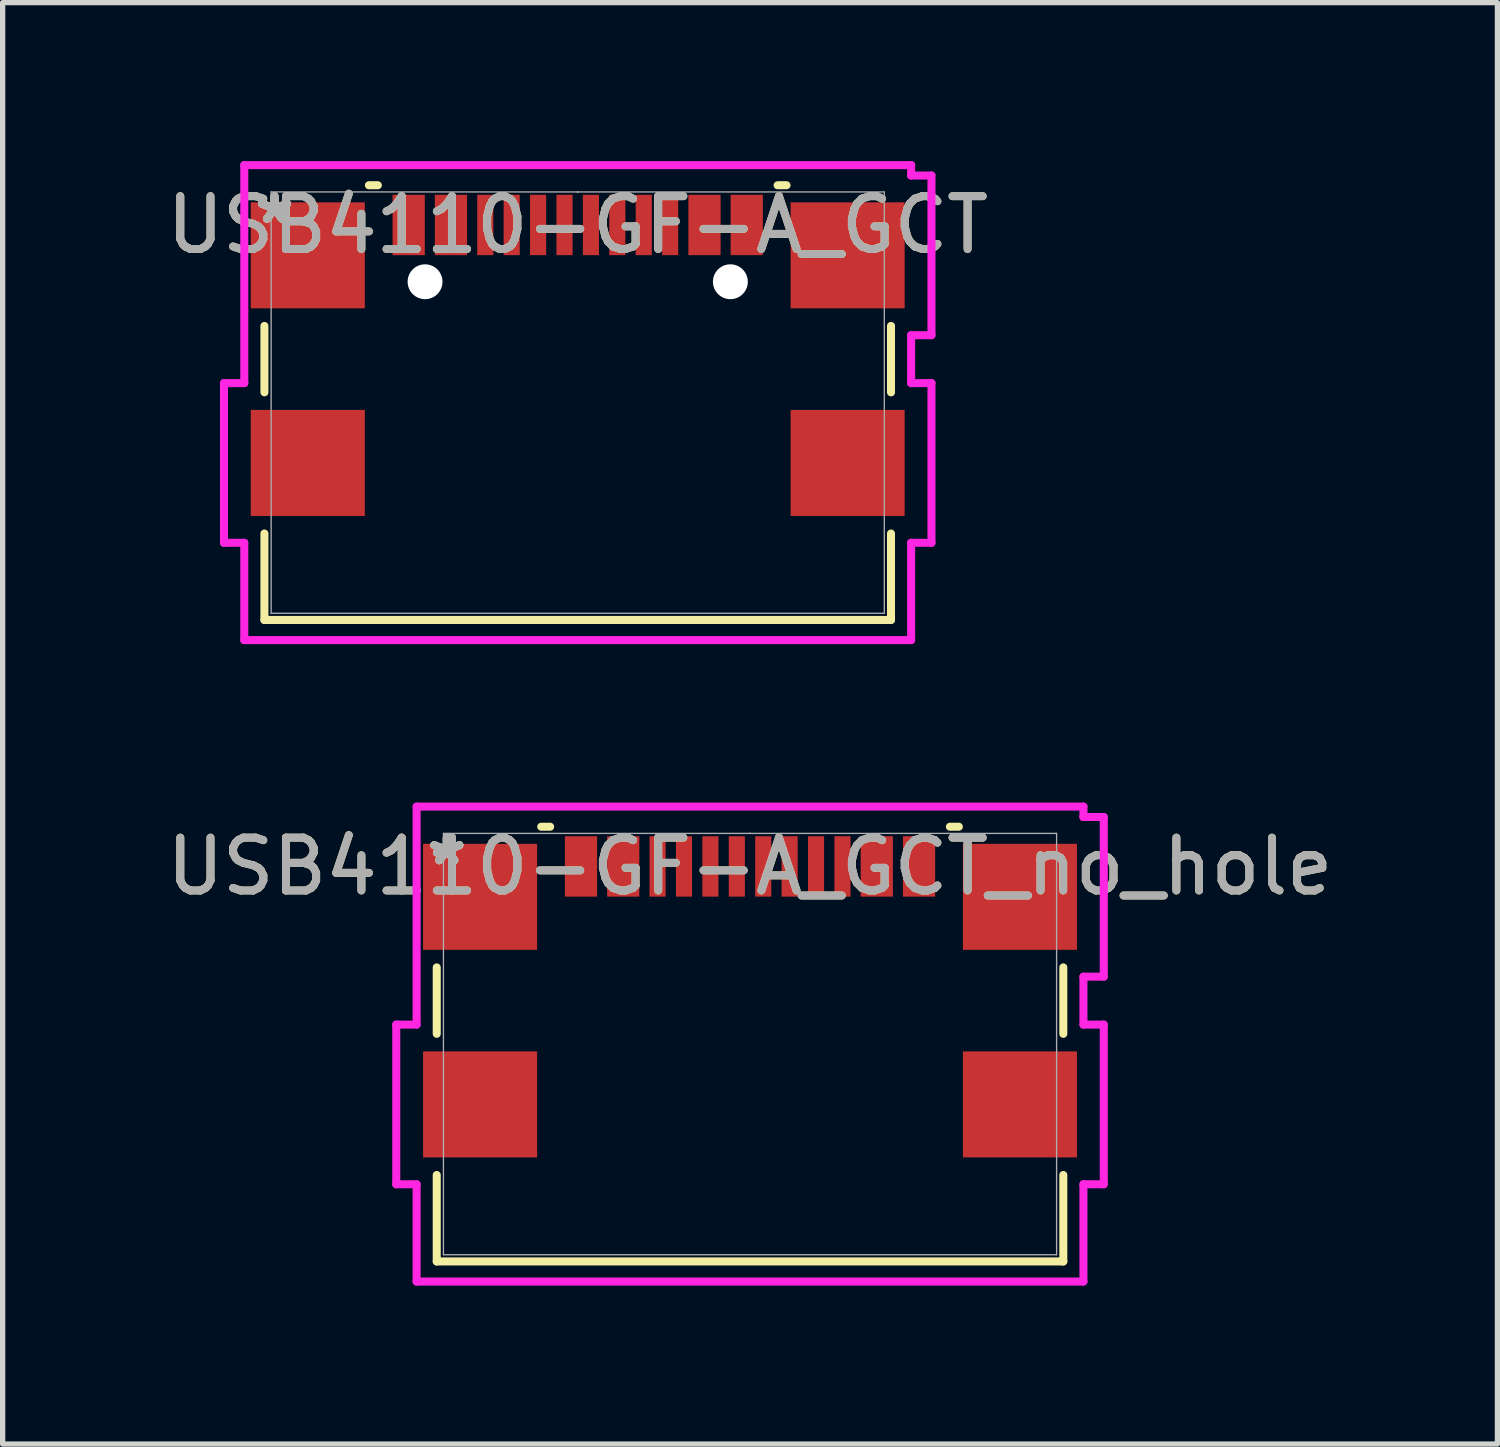
<source format=kicad_pcb>
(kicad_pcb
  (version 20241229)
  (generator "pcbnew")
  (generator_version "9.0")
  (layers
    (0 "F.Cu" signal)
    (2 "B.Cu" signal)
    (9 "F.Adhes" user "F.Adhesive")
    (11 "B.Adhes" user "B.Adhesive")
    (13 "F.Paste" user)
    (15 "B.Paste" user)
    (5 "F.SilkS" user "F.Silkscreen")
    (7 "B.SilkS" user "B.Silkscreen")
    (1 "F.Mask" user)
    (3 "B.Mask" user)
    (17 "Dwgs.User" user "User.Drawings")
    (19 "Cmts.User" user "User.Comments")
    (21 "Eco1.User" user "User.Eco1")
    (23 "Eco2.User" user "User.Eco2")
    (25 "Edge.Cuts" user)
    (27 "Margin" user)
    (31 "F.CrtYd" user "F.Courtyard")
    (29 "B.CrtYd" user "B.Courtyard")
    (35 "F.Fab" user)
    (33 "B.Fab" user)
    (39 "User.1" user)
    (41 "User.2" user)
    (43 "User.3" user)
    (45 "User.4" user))
  (footprint "USB4110-GF-A_GCT"
    (layer "F.Cu")
    (at 7.887 4.572)
    (property "Reference" "USB4110-GF-A_GCT" (at 0 -3.363 0) (unlocked yes) (layer "F.SilkS") (effects (font (size 1 1) (thickness 0.15))))
    (attr smd)
    (fp_line (start -5.931 -1.452) (end -5.931 -0.194) (stroke (width 0.152) (type solid)) (layer "F.SilkS"))
    (fp_line (start -5.931 2.478) (end -5.931 4.115) (stroke (width 0.152) (type solid)) (layer "F.SilkS"))
    (fp_line (start -5.931 4.115) (end 5.931 4.115) (stroke (width 0.152) (type solid)) (layer "F.SilkS"))
    (fp_line (start -3.784 -4.115) (end -3.953 -4.115) (stroke (width 0.152) (type solid)) (layer "F.SilkS"))
    (fp_line (start 3.953 -4.115) (end 3.784 -4.115) (stroke (width 0.152) (type solid)) (layer "F.SilkS"))
    (fp_line (start 5.931 -0.194) (end 5.931 -1.452) (stroke (width 0.152) (type solid)) (layer "F.SilkS"))
    (fp_line (start 5.931 4.115) (end 5.931 2.478) (stroke (width 0.152) (type solid)) (layer "F.SilkS"))
    (fp_line (start -6.697 -0.369) (end -6.697 2.654) (stroke (width 0.152) (type solid)) (layer "F.CrtYd"))
    (fp_line (start -6.697 2.654) (end -6.312 2.654) (stroke (width 0.152) (type solid)) (layer "F.CrtYd"))
    (fp_line (start -6.312 -4.496) (end -6.312 -0.369) (stroke (width 0.152) (type solid)) (layer "F.CrtYd"))
    (fp_line (start -6.312 -0.369) (end -6.697 -0.369) (stroke (width 0.152) (type solid)) (layer "F.CrtYd"))
    (fp_line (start -6.312 2.654) (end -6.312 4.496) (stroke (width 0.152) (type solid)) (layer "F.CrtYd"))
    (fp_line (start -6.312 4.496) (end 6.312 4.496) (stroke (width 0.152) (type solid)) (layer "F.CrtYd"))
    (fp_line (start 6.312 -4.496) (end -6.312 -4.496) (stroke (width 0.152) (type solid)) (layer "F.CrtYd"))
    (fp_line (start 6.312 -4.299) (end 6.312 -4.496) (stroke (width 0.152) (type solid)) (layer "F.CrtYd"))
    (fp_line (start 6.312 -1.276) (end 6.697 -1.276) (stroke (width 0.152) (type solid)) (layer "F.CrtYd"))
    (fp_line (start 6.312 -0.369) (end 6.312 -1.276) (stroke (width 0.152) (type solid)) (layer "F.CrtYd"))
    (fp_line (start 6.312 2.654) (end 6.697 2.654) (stroke (width 0.152) (type solid)) (layer "F.CrtYd"))
    (fp_line (start 6.312 4.496) (end 6.312 2.654) (stroke (width 0.152) (type solid)) (layer "F.CrtYd"))
    (fp_line (start 6.697 -4.299) (end 6.312 -4.299) (stroke (width 0.152) (type solid)) (layer "F.CrtYd"))
    (fp_line (start 6.697 -1.276) (end 6.697 -4.299) (stroke (width 0.152) (type solid)) (layer "F.CrtYd"))
    (fp_line (start 6.697 -0.369) (end 6.312 -0.369) (stroke (width 0.152) (type solid)) (layer "F.CrtYd"))
    (fp_line (start 6.697 2.654) (end 6.697 -0.369) (stroke (width 0.152) (type solid)) (layer "F.CrtYd"))
    (fp_line (start -5.804 -3.988) (end -5.804 3.988) (stroke (width 0.025) (type solid)) (layer "F.Fab"))
    (fp_line (start -5.804 3.988) (end 5.804 3.988) (stroke (width 0.025) (type solid)) (layer "F.Fab"))
    (fp_line (start 0 -3.988) (end 0 -3.988) (stroke (width 0.025) (type solid)) (layer "F.Fab"))
    (fp_line (start 0 -3.988) (end 0 -3.988) (stroke (width 0.025) (type solid)) (layer "F.Fab"))
    (fp_line (start 0 -3.988) (end 0 -3.988) (stroke (width 0.025) (type solid)) (layer "F.Fab"))
    (fp_line (start 0 -3.988) (end 0 -3.988) (stroke (width 0.025) (type solid)) (layer "F.Fab"))
    (fp_line (start 5.804 -3.988) (end -5.804 -3.988) (stroke (width 0.025) (type solid)) (layer "F.Fab"))
    (fp_line (start 5.804 3.988) (end 5.804 -3.988) (stroke (width 0.025) (type solid)) (layer "F.Fab"))
    (fp_text user "*" (at -5.74 -3.363 0) (unlocked yes) (layer "F.SilkS") (effects (font (size 1 1) (thickness 0.15))))
    (fp_text user "*" (at -5.74 -3.363 0) (layer "F.SilkS") (effects (font (size 1 1) (thickness 0.15))))
    (fp_text user "${REFERENCE}" (at 0 -3.363 0) (unlocked yes) (layer "F.Fab") (effects (font (size 1 1) (thickness 0.15))))
    (fp_text user "*" (at -5.74 -3.363 0) (layer "F.Fab") (effects (font (size 1 1) (thickness 0.15))))
    (fp_text user "*" (at -5.74 -3.363 0) (unlocked yes) (layer "F.Fab") (effects (font (size 1 1) (thickness 0.15))))
    (pad "" np_thru_hole circle (at -2.89 -2.288) (size 0.66 0.66) (drill 0.66) (layers "*.Cu" "*.Mask"))
    (pad "" np_thru_hole circle (at 2.89 -2.288) (size 0.66 0.66) (drill 0.66) (layers "*.Cu" "*.Mask"))
    (pad "A1" smd rect (at -3.2 -3.363) (size 0.61 1.143) (layers "F.Cu" "F.Mask" "F.Paste"))
    (pad "A1" smd rect (at 3.2 -3.363) (size 0.61 1.143) (layers "F.Cu" "F.Mask" "F.Paste"))
    (pad "A4" smd rect (at -2.4 -3.363) (size 0.61 1.143) (layers "F.Cu" "F.Mask" "F.Paste"))
    (pad "A4" smd rect (at 2.4 -3.363) (size 0.61 1.143) (layers "F.Cu" "F.Mask" "F.Paste"))
    (pad "A5" smd rect (at -1.25 -3.363) (size 0.305 1.143) (layers "F.Cu" "F.Mask" "F.Paste"))
    (pad "A6" smd rect (at -0.25 -3.363) (size 0.305 1.143) (layers "F.Cu" "F.Mask" "F.Paste"))
    (pad "A7" smd rect (at 0.25 -3.363) (size 0.305 1.143) (layers "F.Cu" "F.Mask" "F.Paste"))
    (pad "A8" smd rect (at 1.25 -3.363) (size 0.305 1.143) (layers "F.Cu" "F.Mask" "F.Paste"))
    (pad "B5" smd rect (at 1.75 -3.363) (size 0.305 1.143) (layers "F.Cu" "F.Mask" "F.Paste"))
    (pad "B6" smd rect (at 0.75 -3.363) (size 0.305 1.143) (layers "F.Cu" "F.Mask" "F.Paste"))
    (pad "B7" smd rect (at -0.75 -3.363) (size 0.305 1.143) (layers "F.Cu" "F.Mask" "F.Paste"))
    (pad "B8" smd rect (at -1.75 -3.363) (size 0.305 1.143) (layers "F.Cu" "F.Mask" "F.Paste"))
    (pad "S1" smd rect (at -5.11 -2.788) (size 2.159 2.007) (layers "F.Cu" "F.Mask" "F.Paste"))
    (pad "S1" smd rect (at -5.11 1.142) (size 2.159 2.007) (layers "F.Cu" "F.Mask" "F.Paste"))
    (pad "S1" smd rect (at 5.11 -2.788) (size 2.159 2.007) (layers "F.Cu" "F.Mask" "F.Paste"))
    (pad "S1" smd rect (at 5.11 1.142) (size 2.159 2.007) (layers "F.Cu" "F.Mask" "F.Paste")))
  (footprint "USB4110-GF-A_GCT_no_hole"
    (layer "F.Cu")
    (at 11.149 16.716)
    (property "Reference" "USB4110-GF-A_GCT_no_hole" (at 0 -3.363 0) (unlocked yes) (layer "F.SilkS") (effects (font (size 1 1) (thickness 0.15))))
    (attr smd)
    (fp_line (start -5.931 -1.452) (end -5.931 -0.194) (stroke (width 0.152) (type solid)) (layer "F.SilkS"))
    (fp_line (start -5.931 2.478) (end -5.931 4.115) (stroke (width 0.152) (type solid)) (layer "F.SilkS"))
    (fp_line (start -5.931 4.115) (end 5.931 4.115) (stroke (width 0.152) (type solid)) (layer "F.SilkS"))
    (fp_line (start -3.784 -4.115) (end -3.953 -4.115) (stroke (width 0.152) (type solid)) (layer "F.SilkS"))
    (fp_line (start 3.953 -4.115) (end 3.784 -4.115) (stroke (width 0.152) (type solid)) (layer "F.SilkS"))
    (fp_line (start 5.931 -0.194) (end 5.931 -1.452) (stroke (width 0.152) (type solid)) (layer "F.SilkS"))
    (fp_line (start 5.931 4.115) (end 5.931 2.478) (stroke (width 0.152) (type solid)) (layer "F.SilkS"))
    (fp_line (start -6.697 -0.369) (end -6.697 2.654) (stroke (width 0.152) (type solid)) (layer "F.CrtYd"))
    (fp_line (start -6.697 2.654) (end -6.312 2.654) (stroke (width 0.152) (type solid)) (layer "F.CrtYd"))
    (fp_line (start -6.312 -4.496) (end -6.312 -0.369) (stroke (width 0.152) (type solid)) (layer "F.CrtYd"))
    (fp_line (start -6.312 -0.369) (end -6.697 -0.369) (stroke (width 0.152) (type solid)) (layer "F.CrtYd"))
    (fp_line (start -6.312 2.654) (end -6.312 4.496) (stroke (width 0.152) (type solid)) (layer "F.CrtYd"))
    (fp_line (start -6.312 4.496) (end 6.312 4.496) (stroke (width 0.152) (type solid)) (layer "F.CrtYd"))
    (fp_line (start 6.312 -4.496) (end -6.312 -4.496) (stroke (width 0.152) (type solid)) (layer "F.CrtYd"))
    (fp_line (start 6.312 -4.299) (end 6.312 -4.496) (stroke (width 0.152) (type solid)) (layer "F.CrtYd"))
    (fp_line (start 6.312 -1.276) (end 6.697 -1.276) (stroke (width 0.152) (type solid)) (layer "F.CrtYd"))
    (fp_line (start 6.312 -0.369) (end 6.312 -1.276) (stroke (width 0.152) (type solid)) (layer "F.CrtYd"))
    (fp_line (start 6.312 2.654) (end 6.697 2.654) (stroke (width 0.152) (type solid)) (layer "F.CrtYd"))
    (fp_line (start 6.312 4.496) (end 6.312 2.654) (stroke (width 0.152) (type solid)) (layer "F.CrtYd"))
    (fp_line (start 6.697 -4.299) (end 6.312 -4.299) (stroke (width 0.152) (type solid)) (layer "F.CrtYd"))
    (fp_line (start 6.697 -1.276) (end 6.697 -4.299) (stroke (width 0.152) (type solid)) (layer "F.CrtYd"))
    (fp_line (start 6.697 -0.369) (end 6.312 -0.369) (stroke (width 0.152) (type solid)) (layer "F.CrtYd"))
    (fp_line (start 6.697 2.654) (end 6.697 -0.369) (stroke (width 0.152) (type solid)) (layer "F.CrtYd"))
    (fp_line (start -5.804 -3.988) (end -5.804 3.988) (stroke (width 0.025) (type solid)) (layer "F.Fab"))
    (fp_line (start -5.804 3.988) (end 5.804 3.988) (stroke (width 0.025) (type solid)) (layer "F.Fab"))
    (fp_line (start 0 -3.988) (end 0 -3.988) (stroke (width 0.025) (type solid)) (layer "F.Fab"))
    (fp_line (start 0 -3.988) (end 0 -3.988) (stroke (width 0.025) (type solid)) (layer "F.Fab"))
    (fp_line (start 0 -3.988) (end 0 -3.988) (stroke (width 0.025) (type solid)) (layer "F.Fab"))
    (fp_line (start 0 -3.988) (end 0 -3.988) (stroke (width 0.025) (type solid)) (layer "F.Fab"))
    (fp_line (start 5.804 -3.988) (end -5.804 -3.988) (stroke (width 0.025) (type solid)) (layer "F.Fab"))
    (fp_line (start 5.804 3.988) (end 5.804 -3.988) (stroke (width 0.025) (type solid)) (layer "F.Fab"))
    (fp_text user "*" (at -5.74 -3.363 0) (unlocked yes) (layer "F.SilkS") (effects (font (size 1 1) (thickness 0.15))))
    (fp_text user "*" (at -5.74 -3.363 0) (layer "F.SilkS") (effects (font (size 1 1) (thickness 0.15))))
    (fp_text user "${REFERENCE}" (at 0 -3.363 0) (unlocked yes) (layer "F.Fab") (effects (font (size 1 1) (thickness 0.15))))
    (fp_text user "*" (at -5.74 -3.363 0) (layer "F.Fab") (effects (font (size 1 1) (thickness 0.15))))
    (fp_text user "*" (at -5.74 -3.363 0) (unlocked yes) (layer "F.Fab") (effects (font (size 1 1) (thickness 0.15))))
    (pad "A1" smd rect (at -3.2 -3.363) (size 0.61 1.143) (layers "F.Cu" "F.Mask" "F.Paste"))
    (pad "A1" smd rect (at 3.2 -3.363) (size 0.61 1.143) (layers "F.Cu" "F.Mask" "F.Paste"))
    (pad "A4" smd rect (at -2.4 -3.363) (size 0.61 1.143) (layers "F.Cu" "F.Mask" "F.Paste"))
    (pad "A4" smd rect (at 2.4 -3.363) (size 0.61 1.143) (layers "F.Cu" "F.Mask" "F.Paste"))
    (pad "A5" smd rect (at -1.25 -3.363) (size 0.305 1.143) (layers "F.Cu" "F.Mask" "F.Paste"))
    (pad "A6" smd rect (at -0.25 -3.363) (size 0.305 1.143) (layers "F.Cu" "F.Mask" "F.Paste"))
    (pad "A7" smd rect (at 0.25 -3.363) (size 0.305 1.143) (layers "F.Cu" "F.Mask" "F.Paste"))
    (pad "A8" smd rect (at 1.25 -3.363) (size 0.305 1.143) (layers "F.Cu" "F.Mask" "F.Paste"))
    (pad "B5" smd rect (at 1.75 -3.363) (size 0.305 1.143) (layers "F.Cu" "F.Mask" "F.Paste"))
    (pad "B6" smd rect (at 0.75 -3.363) (size 0.305 1.143) (layers "F.Cu" "F.Mask" "F.Paste"))
    (pad "B7" smd rect (at -0.75 -3.363) (size 0.305 1.143) (layers "F.Cu" "F.Mask" "F.Paste"))
    (pad "B8" smd rect (at -1.75 -3.363) (size 0.305 1.143) (layers "F.Cu" "F.Mask" "F.Paste"))
    (pad "S1" smd rect (at -5.11 -2.788) (size 2.159 2.007) (layers "F.Cu" "F.Mask" "F.Paste"))
    (pad "S1" smd rect (at -5.11 1.142) (size 2.159 2.007) (layers "F.Cu" "F.Mask" "F.Paste"))
    (pad "S1" smd rect (at 5.11 -2.788) (size 2.159 2.007) (layers "F.Cu" "F.Mask" "F.Paste"))
    (pad "S1" smd rect (at 5.11 1.142) (size 2.159 2.007) (layers "F.Cu" "F.Mask" "F.Paste")))
  (gr_rect
    (start -3 -3)
    (end 25.298 24.288)
    (stroke (width 0.1) (type default))
    (fill no)
    (layer "Edge.Cuts")))
</source>
